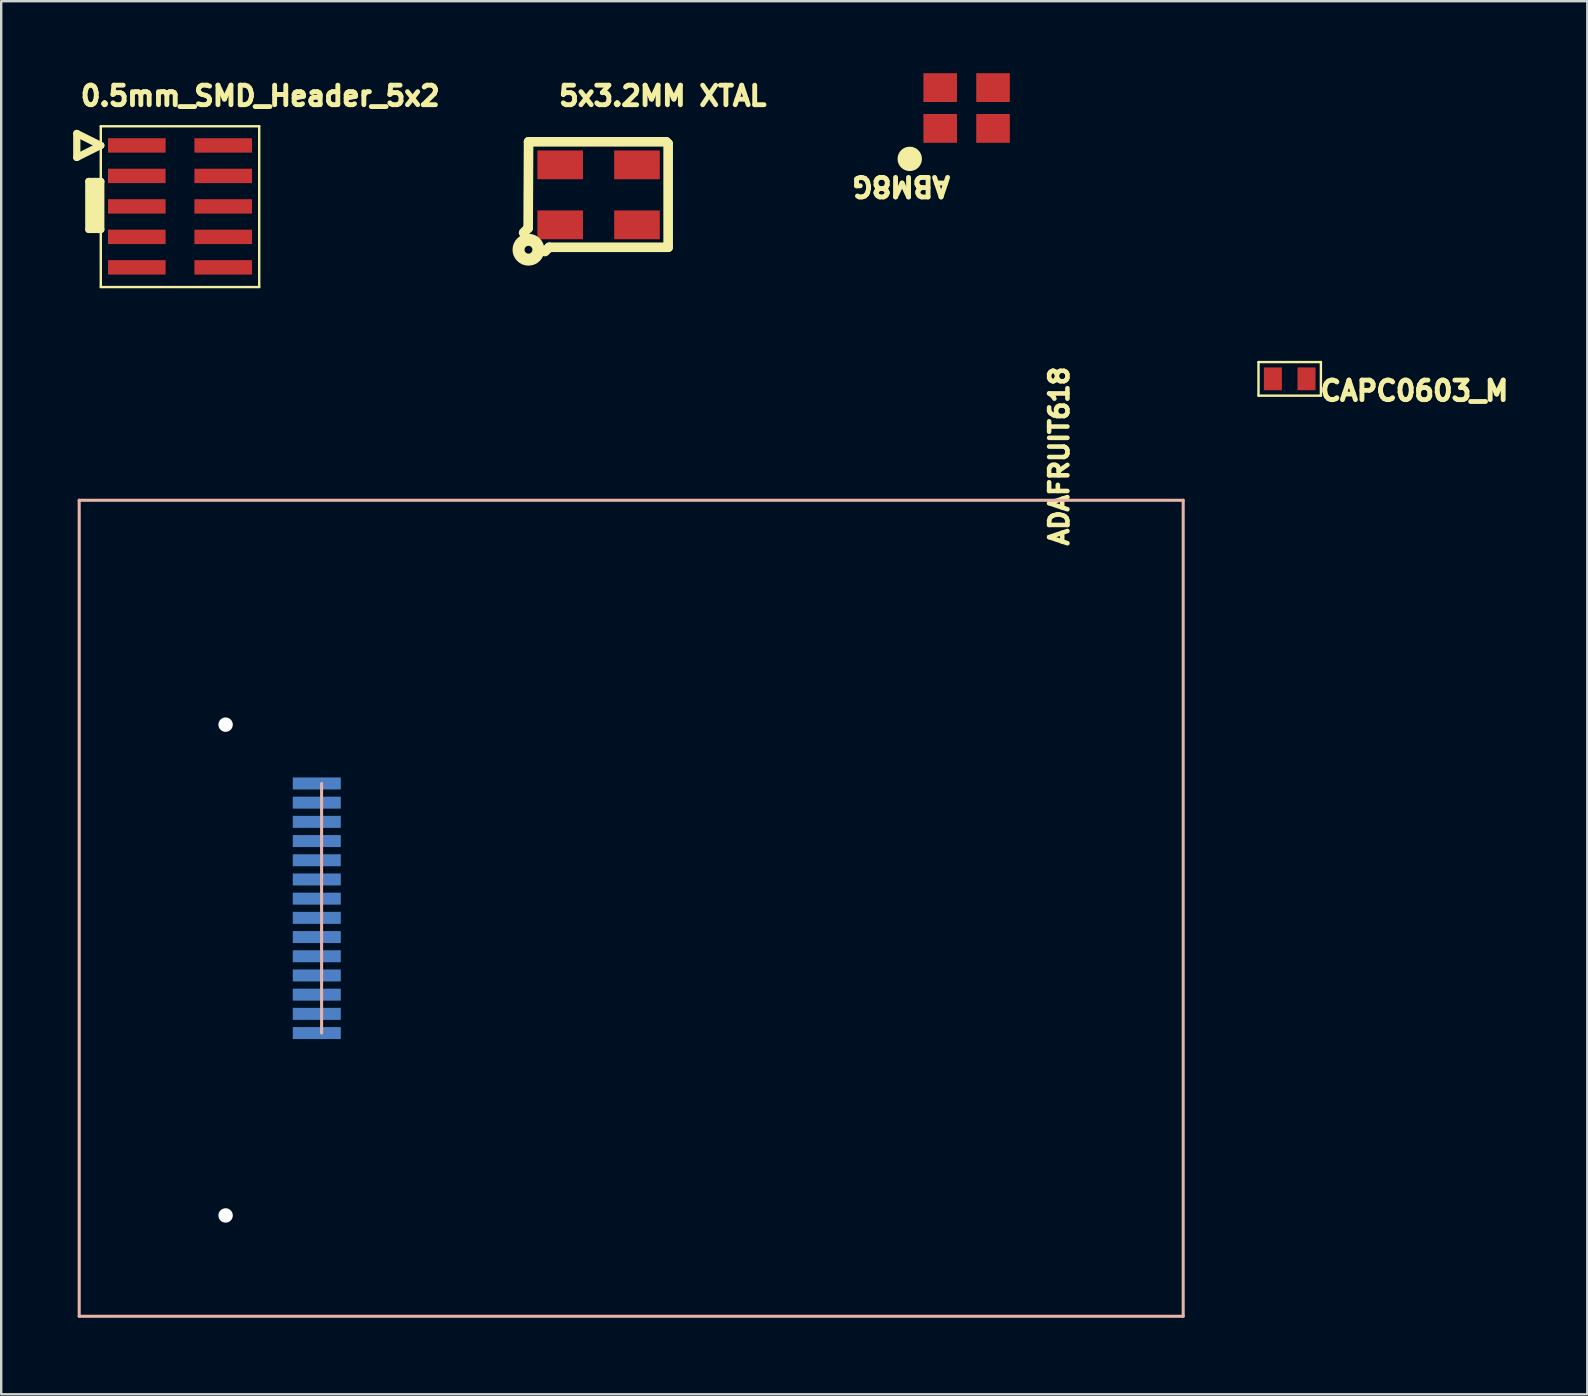
<source format=kicad_pcb>
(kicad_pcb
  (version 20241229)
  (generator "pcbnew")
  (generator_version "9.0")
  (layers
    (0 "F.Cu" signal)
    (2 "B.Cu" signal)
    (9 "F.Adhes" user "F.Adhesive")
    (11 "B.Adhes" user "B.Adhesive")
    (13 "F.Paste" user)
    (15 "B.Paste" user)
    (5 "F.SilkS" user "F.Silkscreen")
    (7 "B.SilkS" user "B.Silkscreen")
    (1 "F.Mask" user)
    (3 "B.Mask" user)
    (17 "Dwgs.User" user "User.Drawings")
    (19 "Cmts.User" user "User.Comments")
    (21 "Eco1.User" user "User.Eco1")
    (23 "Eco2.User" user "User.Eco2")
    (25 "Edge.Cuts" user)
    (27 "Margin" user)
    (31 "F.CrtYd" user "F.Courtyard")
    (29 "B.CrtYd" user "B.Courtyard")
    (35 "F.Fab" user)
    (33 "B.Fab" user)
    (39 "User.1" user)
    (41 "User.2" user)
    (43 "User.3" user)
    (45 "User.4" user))
  (footprint "0.5mm_SMD_Header_5x2"
    (layer "F.Cu")
    (at 2.65 3.01)
    (property "Reference" "0.5mm_SMD_Header_5x2" (at -2.443 -1.588 0) (unlocked yes) (layer "F.SilkS") (effects (font (size 0.813 0.813) (thickness 0.203)) (justify left bottom)))
    (fp_line (start -2.5 0.5) (end -2.5 -0.5) (stroke (width 0.3) (type solid)) (layer "F.SilkS"))
    (fp_line (start -2.5 0.5) (end -1.5 0) (stroke (width 0.3) (type solid)) (layer "F.SilkS"))
    (fp_line (start -2 3.5) (end -2 1.5) (stroke (width 0.3) (type solid)) (layer "F.SilkS"))
    (fp_line (start -1.75 3.5) (end -1.75 1.5) (stroke (width 0.3) (type solid)) (layer "F.SilkS"))
    (fp_line (start -1.5 0) (end -2.5 -0.5) (stroke (width 0.3) (type solid)) (layer "F.SilkS"))
    (fp_line (start -1.5 1.5) (end -2 1.5) (stroke (width 0.3) (type solid)) (layer "F.SilkS"))
    (fp_line (start -1.5 3.5) (end -2 3.5) (stroke (width 0.3) (type solid)) (layer "F.SilkS"))
    (fp_line (start -1.5 3.5) (end -1.5 1.5) (stroke (width 0.3) (type solid)) (layer "F.SilkS"))
    (fp_line (start -1.5 5.9) (end -1.5 -0.8) (stroke (width 0.1) (type solid)) (layer "F.SilkS"))
    (fp_line (start 5.1 -0.8) (end -1.5 -0.8) (stroke (width 0.1) (type solid)) (layer "F.SilkS"))
    (fp_line (start 5.1 5.9) (end -1.5 5.9) (stroke (width 0.1) (type solid)) (layer "F.SilkS"))
    (fp_line (start 5.1 5.9) (end 5.1 -0.8) (stroke (width 0.1) (type solid)) (layer "F.SilkS"))
    (pad "1" smd rect (at 0 0) (size 2.4 0.6) (layers "F.Cu" "F.Mask" "F.Paste"))
    (pad "2" smd rect (at 3.6 0) (size 2.4 0.6) (layers "F.Cu" "F.Mask" "F.Paste"))
    (pad "3" smd rect (at 0 1.27) (size 2.4 0.6) (layers "F.Cu" "F.Mask" "F.Paste"))
    (pad "4" smd rect (at 3.6 1.27) (size 2.4 0.6) (layers "F.Cu" "F.Mask" "F.Paste"))
    (pad "5" smd rect (at 0 2.54) (size 2.4 0.6) (layers "F.Cu" "F.Mask" "F.Paste"))
    (pad "6" smd rect (at 3.6 2.54) (size 2.4 0.6) (layers "F.Cu" "F.Mask" "F.Paste"))
    (pad "7" smd rect (at 0 3.81) (size 2.4 0.6) (layers "F.Cu" "F.Mask" "F.Paste"))
    (pad "8" smd rect (at 3.6 3.81) (size 2.4 0.6) (layers "F.Cu" "F.Mask" "F.Paste"))
    (pad "9" smd rect (at 0 5.08) (size 2.4 0.6) (layers "F.Cu" "F.Mask" "F.Paste"))
    (pad "10" smd rect (at 3.6 5.08) (size 2.4 0.6) (layers "F.Cu" "F.Mask" "F.Paste")))
  (footprint "CAPC0603_M"
    (layer "F.Cu")
    (at 50.688 12.735)
    (property "Reference" "CAPC0603_M" (at 1.173 0.976 0) (unlocked yes) (layer "F.SilkS") (effects (font (size 0.813 0.813) (thickness 0.203)) (justify left bottom)))
    (fp_line (start -1.3 0.7) (end -1.3 -0.7) (stroke (width 0.1) (type solid)) (layer "F.SilkS"))
    (fp_line (start 1.3 -0.7) (end -1.3 -0.7) (stroke (width 0.1) (type solid)) (layer "F.SilkS"))
    (fp_line (start 1.3 0.7) (end -1.3 0.7) (stroke (width 0.1) (type solid)) (layer "F.SilkS"))
    (fp_line (start 1.3 0.7) (end 1.3 -0.7) (stroke (width 0.1) (type solid)) (layer "F.SilkS"))
    (fp_line (start -1.35 0.75) (end -1.35 -0.75) (stroke (width 0.05) (type solid)) (layer "Eco1.User"))
    (fp_line (start -0.85 0.45) (end -0.85 -0.45) (stroke (width 0.1) (type solid)) (layer "Eco1.User"))
    (fp_line (start 0 0.45) (end 0 -0.45) (stroke (width 0.1) (type solid)) (layer "Eco1.User"))
    (fp_line (start 0.45 0) (end -0.45 0) (stroke (width 0.1) (type solid)) (layer "Eco1.User"))
    (fp_line (start 0.85 -0.45) (end -0.85 -0.45) (stroke (width 0.1) (type solid)) (layer "Eco1.User"))
    (fp_line (start 0.85 0.45) (end -0.85 0.45) (stroke (width 0.1) (type solid)) (layer "Eco1.User"))
    (fp_line (start 0.85 0.45) (end 0.85 -0.45) (stroke (width 0.1) (type solid)) (layer "Eco1.User"))
    (fp_line (start 1.35 -0.75) (end -1.35 -0.75) (stroke (width 0.05) (type solid)) (layer "Eco1.User"))
    (fp_line (start 1.35 -0.75) (end 1.35 0.75) (stroke (width 0.05) (type solid)) (layer "Eco1.User"))
    (fp_line (start 1.35 0.75) (end -1.35 0.75) (stroke (width 0.05) (type solid)) (layer "Eco1.User"))
    (pad "1" smd rect (at -0.7 0 270) (size 0.95 0.75) (layers "F.Cu" "F.Mask" "F.Paste"))
    (pad "2" smd rect (at 0.7 0 270) (size 0.95 0.75) (layers "F.Cu" "F.Mask" "F.Paste")))
  (footprint "5x3.2MM XTAL"
    (layer "F.Cu")
    (at 21.891 5.069)
    (property "Reference" "5x3.2MM XTAL" (at -1.758 -3.646 0) (unlocked yes) (layer "F.SilkS") (effects (font (size 0.813 0.813) (thickness 0.203)) (justify left bottom)))
    (fp_line (start -2.934 1.387) (end -3.124 1.575) (stroke (width 0.4) (type solid)) (layer "F.SilkS"))
    (fp_line (start -2.917 -2.21) (end -2.934 1.387) (stroke (width 0.4) (type solid)) (layer "F.SilkS"))
    (fp_line (start -2.057 2.184) (end -2.235 2.362) (stroke (width 0.4) (type solid)) (layer "F.SilkS"))
    (fp_line (start 2.819 -2.21) (end -2.917 -2.21) (stroke (width 0.4) (type solid)) (layer "F.SilkS"))
    (fp_line (start 2.899 -2.13) (end 2.819 -2.21) (stroke (width 0.4) (type solid)) (layer "F.SilkS"))
    (fp_line (start 2.899 2.184) (end -2.057 2.184) (stroke (width 0.4) (type solid)) (layer "F.SilkS"))
    (fp_line (start 2.899 2.184) (end 2.899 -2.13) (stroke (width 0.4) (type solid)) (layer "F.SilkS"))
    (fp_circle (center -2.921 2.286) (end -2.921 2.45) (stroke (width 0.5) (type solid)) (fill no) (layer "F.SilkS"))
    (pad "1" smd rect (at -1.6 1.25 180) (size 1.9 1.2) (layers "F.Cu" "F.Mask" "F.Paste"))
    (pad "2" smd rect (at 1.6 1.25 180) (size 1.9 1.2) (layers "F.Cu" "F.Mask" "F.Paste"))
    (pad "3" smd rect (at 1.6 -1.25 180) (size 1.9 1.2) (layers "F.Cu" "F.Mask" "F.Paste"))
    (pad "4" smd rect (at -1.6 -1.25 180) (size 1.9 1.2) (layers "F.Cu" "F.Mask" "F.Paste")))
  (footprint "ABM8G"
    (layer "F.Cu")
    (at 36.126 2.3)
    (property "Reference" "ABM8G" (at 0.518 1.933 180) (unlocked yes) (layer "F.SilkS") (effects (font (size 0.813 0.813) (thickness 0.203)) (justify left bottom)))
    (fp_circle (center -1.27 1.27) (end -1.27 1.016) (stroke (width 0.508) (type solid)) (fill no) (layer "F.SilkS"))
    (pad "1" smd rect (at 0 0 180) (size 1.4 1.2) (layers "F.Cu" "F.Mask" "F.Paste"))
    (pad "2" smd rect (at 2.2 0 180) (size 1.4 1.2) (layers "F.Cu" "F.Mask" "F.Paste"))
    (pad "3" smd rect (at 2.2 -1.7 180) (size 1.4 1.2) (layers "F.Cu" "F.Mask" "F.Paste"))
    (pad "4" smd rect (at 0 -1.7 180) (size 1.4 1.2) (layers "F.Cu" "F.Mask" "F.Paste")))
  (footprint "ADAFRUIT618"
    (layer "F.Cu")
    (at 0.25 51.794)
    (property "Reference" "ADAFRUIT618" (at 41.279 -32.012 90) (unlocked yes) (layer "F.SilkS") (effects (font (size 0.762 0.762) (thickness 0.254)) (justify left bottom)))
    (fp_line (start 0 -34) (end 0 0) (stroke (width 0.127) (type solid)) (layer "B.SilkS"))
    (fp_line (start 10.1 -22.2) (end 10.1 -11.8) (stroke (width 0.127) (type solid)) (layer "B.SilkS"))
    (fp_line (start 46 -34) (end 0 -34) (stroke (width 0.127) (type solid)) (layer "B.SilkS"))
    (fp_line (start 46 -34) (end 46 0) (stroke (width 0.127) (type solid)) (layer "B.SilkS"))
    (fp_line (start 46 0) (end 0 0) (stroke (width 0.127) (type solid)) (layer "B.SilkS"))
    (pad "" np_thru_hole circle (at 6.1 -24.65 180) (size 0.6 0.6) (drill 0.6) (layers "*.Cu" "*.Mask"))
    (pad "" np_thru_hole circle (at 6.1 -4.2 180) (size 0.6 0.6) (drill 0.6) (layers "*.Cu" "*.Mask"))
    (pad "1" smd rect (at 9.9 -22.2 180) (size 2 0.5) (layers "B.Cu" "B.Mask" "B.Paste"))
    (pad "2" smd rect (at 9.9 -21.4 180) (size 2 0.5) (layers "B.Cu" "B.Mask" "B.Paste"))
    (pad "3" smd rect (at 9.9 -20.6 180) (size 2 0.5) (layers "B.Cu" "B.Mask" "B.Paste"))
    (pad "4" smd rect (at 9.9 -19.8 180) (size 2 0.5) (layers "B.Cu" "B.Mask" "B.Paste"))
    (pad "5" smd rect (at 9.9 -19 180) (size 2 0.5) (layers "B.Cu" "B.Mask" "B.Paste"))
    (pad "6" smd rect (at 9.9 -18.2 180) (size 2 0.5) (layers "B.Cu" "B.Mask" "B.Paste"))
    (pad "7" smd rect (at 9.9 -17.4 180) (size 2 0.5) (layers "B.Cu" "B.Mask" "B.Paste"))
    (pad "8" smd rect (at 9.9 -16.6 180) (size 2 0.5) (layers "B.Cu" "B.Mask" "B.Paste"))
    (pad "9" smd rect (at 9.9 -15.8 180) (size 2 0.5) (layers "B.Cu" "B.Mask" "B.Paste"))
    (pad "10" smd rect (at 9.9 -15 180) (size 2 0.5) (layers "B.Cu" "B.Mask" "B.Paste"))
    (pad "11" smd rect (at 9.9 -14.2 180) (size 2 0.5) (layers "B.Cu" "B.Mask" "B.Paste"))
    (pad "12" smd rect (at 9.9 -13.4 180) (size 2 0.5) (layers "B.Cu" "B.Mask" "B.Paste"))
    (pad "13" smd rect (at 9.9 -12.6 180) (size 2 0.5) (layers "B.Cu" "B.Mask" "B.Paste"))
    (pad "14" smd rect (at 9.9 -11.8 180) (size 2 0.5) (layers "B.Cu" "B.Mask" "B.Paste")))
  (gr_rect
    (start -3 -3)
    (end 63.088 55.044)
    (stroke (width 0.1) (type default))
    (fill no)
    (layer "Edge.Cuts")))
</source>
